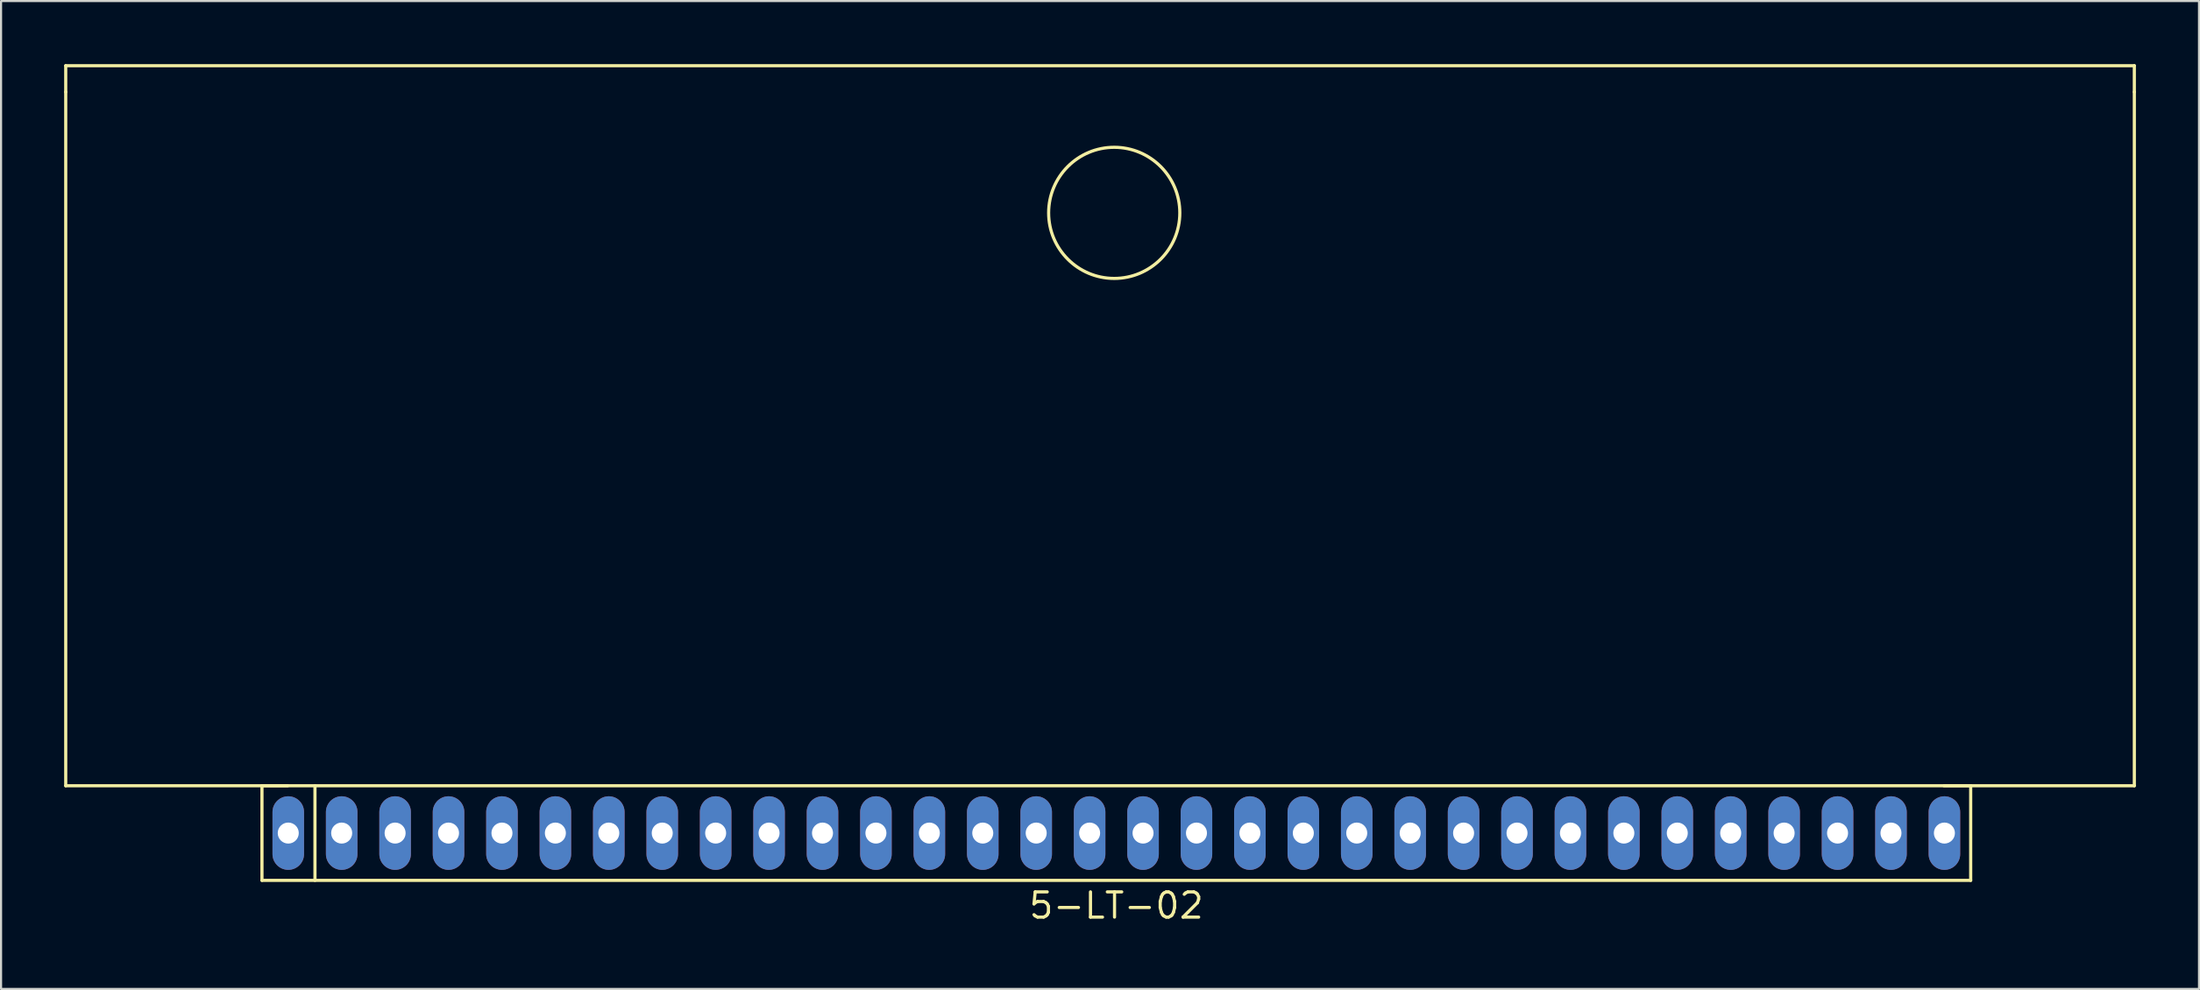
<source format=kicad_pcb>
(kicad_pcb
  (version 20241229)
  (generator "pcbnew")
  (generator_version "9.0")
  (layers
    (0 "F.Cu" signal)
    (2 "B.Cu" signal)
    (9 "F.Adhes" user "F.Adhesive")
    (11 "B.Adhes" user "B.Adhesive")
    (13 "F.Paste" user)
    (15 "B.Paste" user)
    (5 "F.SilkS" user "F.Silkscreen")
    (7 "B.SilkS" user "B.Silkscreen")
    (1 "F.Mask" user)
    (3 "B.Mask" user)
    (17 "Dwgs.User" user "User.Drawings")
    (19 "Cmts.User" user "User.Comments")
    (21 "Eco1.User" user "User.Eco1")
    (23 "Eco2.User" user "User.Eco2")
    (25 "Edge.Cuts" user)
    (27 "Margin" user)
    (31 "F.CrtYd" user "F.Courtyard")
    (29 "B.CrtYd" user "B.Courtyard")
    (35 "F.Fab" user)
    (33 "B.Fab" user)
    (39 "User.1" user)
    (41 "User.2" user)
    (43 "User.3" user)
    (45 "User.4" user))
  (footprint "5-LT-02"
    (layer "F.Cu")
    (at 50.025 36.575)
    (property "Reference" "5-LT-02" (at 0 3.45 0) (layer "F.SilkS") (effects (font (size 1.2 1.2) (thickness 0.15))))
    (attr through_hole)
    (fp_line (start -49.95 -35.25) (end -49.95 -36.5) (stroke (width 0.15) (type solid)) (layer "F.SilkS"))
    (fp_line (start -49.95 -2.25) (end -49.95 -35.25) (stroke (width 0.15) (type solid)) (layer "F.SilkS"))
    (fp_line (start -40.62 -2.25) (end 40.62 -2.25) (stroke (width 0.15) (type solid)) (layer "F.SilkS"))
    (fp_line (start -40.62 2.25) (end -40.62 -2.25) (stroke (width 0.15) (type solid)) (layer "F.SilkS"))
    (fp_line (start -39.4 -2.25) (end -49.95 -2.25) (stroke (width 0.15) (type solid)) (layer "F.SilkS"))
    (fp_line (start -38.1 -2.25) (end -38.1 2.25) (stroke (width 0.15) (type solid)) (layer "F.SilkS"))
    (fp_line (start 39.35 -2.25) (end 48.4 -2.25) (stroke (width 0.15) (type solid)) (layer "F.SilkS"))
    (fp_line (start 40.62 -2.25) (end 40.62 2.25) (stroke (width 0.15) (type solid)) (layer "F.SilkS"))
    (fp_line (start 40.62 2.25) (end -40.62 2.25) (stroke (width 0.15) (type solid)) (layer "F.SilkS"))
    (fp_line (start 48.4 -36.5) (end -49.95 -36.5) (stroke (width 0.15) (type solid)) (layer "F.SilkS"))
    (fp_line (start 48.4 -35.25) (end 48.4 -36.5) (stroke (width 0.15) (type solid)) (layer "F.SilkS"))
    (fp_line (start 48.4 -2.25) (end 48.4 -35.25) (stroke (width 0.15) (type solid)) (layer "F.SilkS"))
    (fp_circle (center -0.1 -29.5) (end 2.95 -28.85) (stroke (width 0.15) (type solid)) (fill no) (layer "F.SilkS"))
    (pad "1" thru_hole oval (at -39.37 0) (size 1.5 3.5) (drill 1) (layers "*.Cu" "*.Mask"))
    (pad "2" thru_hole oval (at -36.83 0) (size 1.5 3.5) (drill 1) (layers "*.Cu" "*.Mask"))
    (pad "3" thru_hole oval (at -34.29 0) (size 1.5 3.5) (drill 1) (layers "*.Cu" "*.Mask"))
    (pad "4" thru_hole oval (at -31.75 0) (size 1.5 3.5) (drill 1) (layers "*.Cu" "*.Mask"))
    (pad "5" thru_hole oval (at -29.21 0) (size 1.5 3.5) (drill 1) (layers "*.Cu" "*.Mask"))
    (pad "6" thru_hole oval (at -26.67 0) (size 1.5 3.5) (drill 1) (layers "*.Cu" "*.Mask"))
    (pad "7" thru_hole oval (at -24.13 0) (size 1.5 3.5) (drill 1) (layers "*.Cu" "*.Mask"))
    (pad "8" thru_hole oval (at -21.59 0) (size 1.5 3.5) (drill 1) (layers "*.Cu" "*.Mask"))
    (pad "9" thru_hole oval (at -19.05 0) (size 1.5 3.5) (drill 1) (layers "*.Cu" "*.Mask"))
    (pad "10" thru_hole oval (at -16.51 0) (size 1.5 3.5) (drill 1) (layers "*.Cu" "*.Mask"))
    (pad "11" thru_hole oval (at -13.97 0) (size 1.5 3.5) (drill 1) (layers "*.Cu" "*.Mask"))
    (pad "12" thru_hole oval (at -11.43 0) (size 1.5 3.5) (drill 1) (layers "*.Cu" "*.Mask"))
    (pad "13" thru_hole oval (at -8.89 0) (size 1.5 3.5) (drill 1) (layers "*.Cu" "*.Mask"))
    (pad "14" thru_hole oval (at -6.35 0) (size 1.5 3.5) (drill 1) (layers "*.Cu" "*.Mask"))
    (pad "15" thru_hole oval (at -3.81 0) (size 1.5 3.5) (drill 1) (layers "*.Cu" "*.Mask"))
    (pad "16" thru_hole oval (at -1.27 0) (size 1.5 3.5) (drill 1) (layers "*.Cu" "*.Mask"))
    (pad "17" thru_hole oval (at 1.27 0) (size 1.5 3.5) (drill 1) (layers "*.Cu" "*.Mask"))
    (pad "18" thru_hole oval (at 3.81 0) (size 1.5 3.5) (drill 1) (layers "*.Cu" "*.Mask"))
    (pad "19" thru_hole oval (at 6.35 0) (size 1.5 3.5) (drill 1) (layers "*.Cu" "*.Mask"))
    (pad "20" thru_hole oval (at 8.89 0) (size 1.5 3.5) (drill 1) (layers "*.Cu" "*.Mask"))
    (pad "21" thru_hole oval (at 11.43 0) (size 1.5 3.5) (drill 1) (layers "*.Cu" "*.Mask"))
    (pad "22" thru_hole oval (at 13.97 0) (size 1.5 3.5) (drill 1) (layers "*.Cu" "*.Mask"))
    (pad "23" thru_hole oval (at 16.51 0) (size 1.5 3.5) (drill 1) (layers "*.Cu" "*.Mask"))
    (pad "24" thru_hole oval (at 19.05 0) (size 1.5 3.5) (drill 1) (layers "*.Cu" "*.Mask"))
    (pad "25" thru_hole oval (at 21.59 0) (size 1.5 3.5) (drill 1) (layers "*.Cu" "*.Mask"))
    (pad "26" thru_hole oval (at 24.13 0) (size 1.5 3.5) (drill 1) (layers "*.Cu" "*.Mask"))
    (pad "27" thru_hole oval (at 26.67 0) (size 1.5 3.5) (drill 1) (layers "*.Cu" "*.Mask"))
    (pad "28" thru_hole oval (at 29.21 0) (size 1.5 3.5) (drill 1) (layers "*.Cu" "*.Mask"))
    (pad "29" thru_hole oval (at 31.75 0) (size 1.5 3.5) (drill 1) (layers "*.Cu" "*.Mask"))
    (pad "30" thru_hole oval (at 34.29 0) (size 1.5 3.5) (drill 1) (layers "*.Cu" "*.Mask"))
    (pad "31" thru_hole oval (at 36.83 0) (size 1.5 3.5) (drill 1) (layers "*.Cu" "*.Mask"))
    (pad "32" thru_hole oval (at 39.37 0) (size 1.5 3.5) (drill 1) (layers "*.Cu" "*.Mask")))
  (gr_rect
    (start -3 -3)
    (end 101.5 43.99)
    (stroke (width 0.1) (type default))
    (fill no)
    (layer "Edge.Cuts")))
</source>
